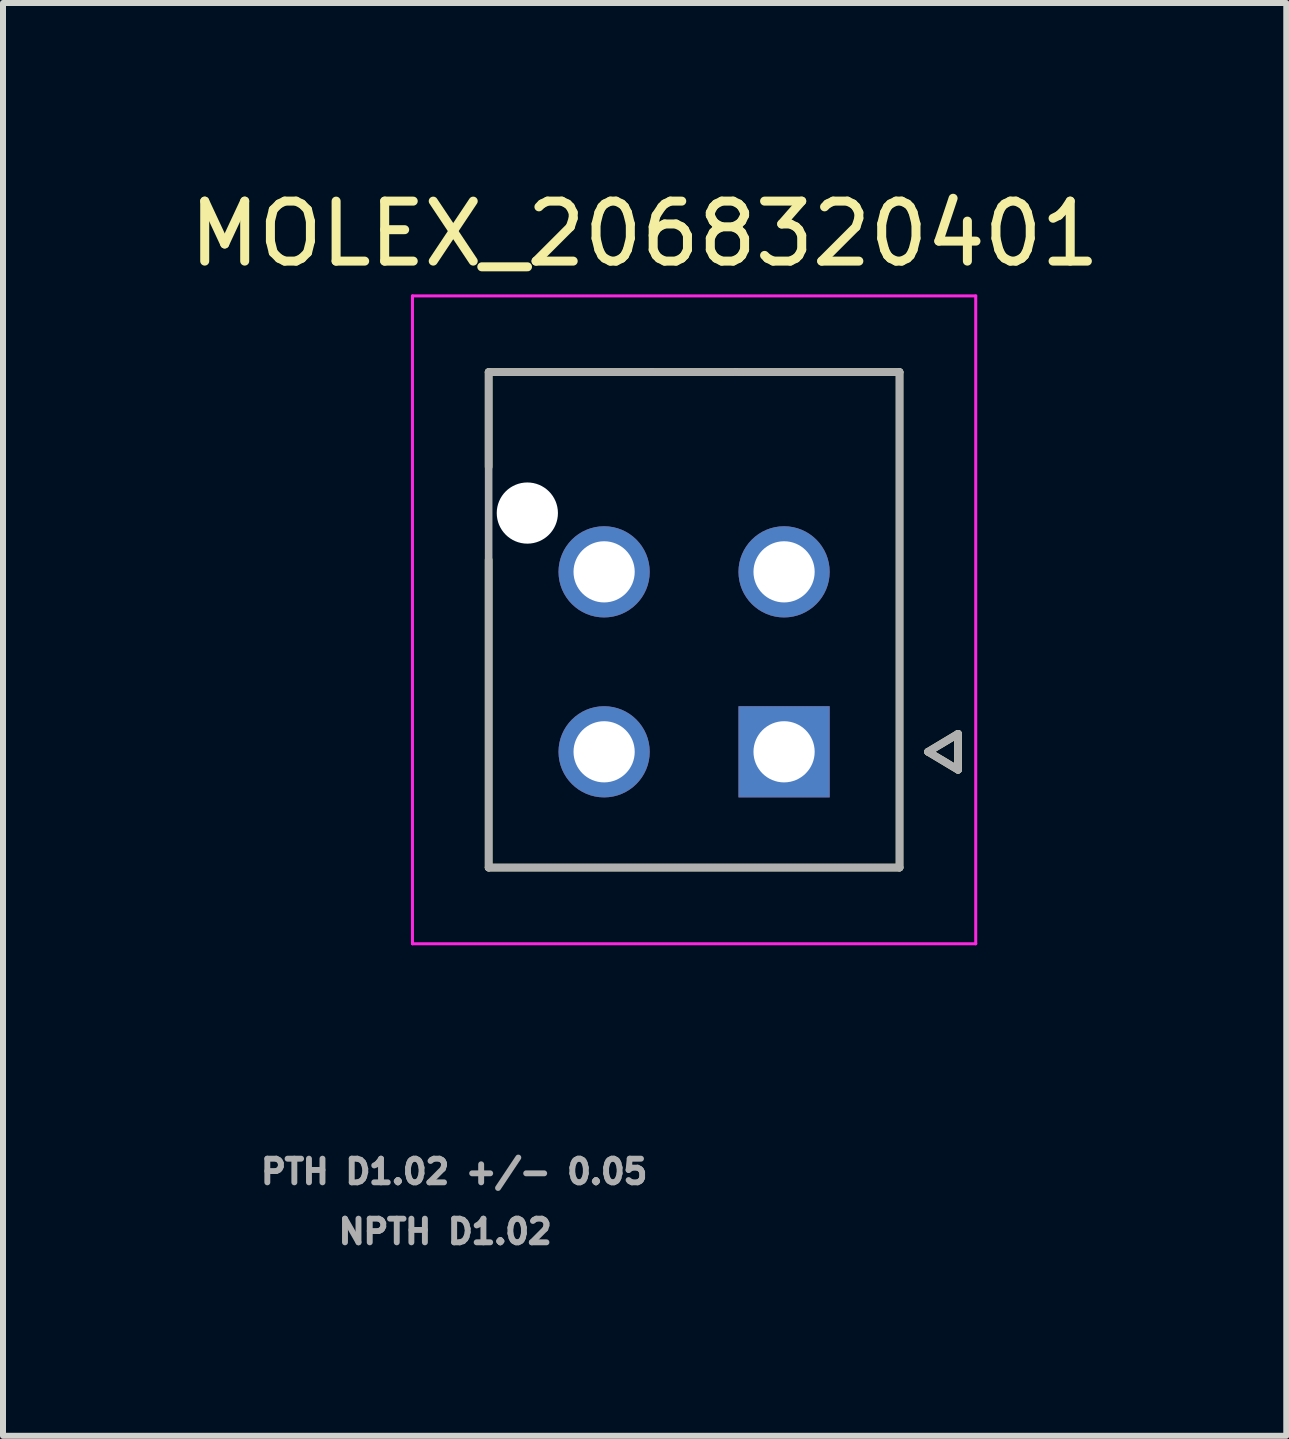
<source format=kicad_pcb>
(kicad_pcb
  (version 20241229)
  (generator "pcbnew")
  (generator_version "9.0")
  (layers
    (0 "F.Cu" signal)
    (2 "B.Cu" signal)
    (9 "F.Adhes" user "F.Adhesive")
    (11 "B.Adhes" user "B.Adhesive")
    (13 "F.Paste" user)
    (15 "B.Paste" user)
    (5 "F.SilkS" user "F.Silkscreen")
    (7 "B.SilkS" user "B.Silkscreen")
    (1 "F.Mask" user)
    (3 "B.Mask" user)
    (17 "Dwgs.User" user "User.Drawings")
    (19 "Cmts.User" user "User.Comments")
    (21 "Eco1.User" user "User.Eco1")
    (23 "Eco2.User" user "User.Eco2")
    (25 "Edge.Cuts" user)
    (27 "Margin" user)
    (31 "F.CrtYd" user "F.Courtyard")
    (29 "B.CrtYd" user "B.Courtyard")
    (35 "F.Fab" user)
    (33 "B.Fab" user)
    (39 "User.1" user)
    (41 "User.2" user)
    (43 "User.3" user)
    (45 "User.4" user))
  (footprint "MOLEX_2068320401"
    (layer "F.Cu")
    (at 10.021 9.483)
    (property "Reference" "MOLEX_2068320401" (at -2.325 -8.635 0) (layer "F.SilkS") (effects (font (size 1 1) (thickness 0.15))))
    (attr through_hole)
    (fp_circle (center -4.28 -3.98) (end -3.987 -3.98) (stroke (width 0.586) (type solid)) (fill no) (layer "F.Mask"))
    (fp_circle (center -3 -3) (end -2.582 -3) (stroke (width 0.836) (type solid)) (fill no) (layer "F.Mask"))
    (fp_circle (center -3 0) (end -2.582 0) (stroke (width 0.836) (type solid)) (fill no) (layer "F.Mask"))
    (fp_circle (center 0 -3) (end 0.418 -3) (stroke (width 0.836) (type solid)) (fill no) (layer "F.Mask"))
    (fp_poly (pts (xy -0.836 -0.836) (xy 0.836 -0.836) (xy 0.836 0.836) (xy -0.836 0.836)) (stroke (width 0.01) (type solid)) (fill yes) (layer "F.Mask"))
    (fp_circle (center -4.28 -3.98) (end -3.987 -3.98) (stroke (width 0.586) (type solid)) (fill no) (layer "B.Mask"))
    (fp_circle (center -3 -3) (end -2.582 -3) (stroke (width 0.836) (type solid)) (fill no) (layer "B.Mask"))
    (fp_circle (center -3 0) (end -2.582 0) (stroke (width 0.836) (type solid)) (fill no) (layer "B.Mask"))
    (fp_circle (center 0 -3) (end 0.418 -3) (stroke (width 0.836) (type solid)) (fill no) (layer "B.Mask"))
    (fp_poly (pts (xy -0.836 -0.836) (xy 0.836 -0.836) (xy 0.836 0.836) (xy -0.836 0.836)) (stroke (width 0.01) (type solid)) (fill yes) (layer "B.Mask"))
    (fp_line (start -4.925 -6.33) (end -2.2 -6.33) (stroke (width 0.127) (type solid)) (layer "F.SilkS"))
    (fp_line (start -4.925 -4.75) (end -4.925 -6.33) (stroke (width 0.127) (type solid)) (layer "F.SilkS"))
    (fp_line (start -4.925 1.93) (end -4.925 -3.2) (stroke (width 0.127) (type solid)) (layer "F.SilkS"))
    (fp_line (start -2.2 -6.33) (end -0.8 -6.33) (stroke (width 0.127) (type solid)) (layer "F.SilkS"))
    (fp_line (start -0.8 -6.33) (end 1.925 -6.33) (stroke (width 0.127) (type solid)) (layer "F.SilkS"))
    (fp_line (start 1.925 -6.33) (end 1.925 1.93) (stroke (width 0.127) (type solid)) (layer "F.SilkS"))
    (fp_line (start 1.925 1.93) (end -4.925 1.93) (stroke (width 0.127) (type solid)) (layer "F.SilkS"))
    (fp_line (start 2.4 0) (end 2.9 -0.3) (stroke (width 0.127) (type solid)) (layer "F.SilkS"))
    (fp_line (start 2.9 -0.3) (end 2.9 0.3) (stroke (width 0.127) (type solid)) (layer "F.SilkS"))
    (fp_line (start 2.9 0.3) (end 2.4 0) (stroke (width 0.127) (type solid)) (layer "F.SilkS"))
    (fp_line (start -6.195 -7.6) (end 3.195 -7.6) (stroke (width 0.05) (type solid)) (layer "F.CrtYd"))
    (fp_line (start -6.195 3.2) (end -6.195 -7.6) (stroke (width 0.05) (type solid)) (layer "F.CrtYd"))
    (fp_line (start 3.195 -7.6) (end 3.195 3.2) (stroke (width 0.05) (type solid)) (layer "F.CrtYd"))
    (fp_line (start 3.195 3.2) (end -6.195 3.2) (stroke (width 0.05) (type solid)) (layer "F.CrtYd"))
    (fp_line (start -4.925 -6.33) (end -2.2 -6.33) (stroke (width 0.127) (type solid)) (layer "F.Fab"))
    (fp_line (start -4.925 1.93) (end -4.925 -6.33) (stroke (width 0.127) (type solid)) (layer "F.Fab"))
    (fp_line (start -2.2 -6.33) (end -0.8 -6.33) (stroke (width 0.127) (type solid)) (layer "F.Fab"))
    (fp_line (start -0.8 -6.33) (end 1.925 -6.33) (stroke (width 0.127) (type solid)) (layer "F.Fab"))
    (fp_line (start 1.925 -6.33) (end 1.925 1.93) (stroke (width 0.127) (type solid)) (layer "F.Fab"))
    (fp_line (start 1.925 1.93) (end -4.925 1.93) (stroke (width 0.127) (type solid)) (layer "F.Fab"))
    (fp_line (start 2.4 0) (end 2.9 -0.3) (stroke (width 0.127) (type solid)) (layer "F.Fab"))
    (fp_line (start 2.9 -0.3) (end 2.9 0.3) (stroke (width 0.127) (type solid)) (layer "F.Fab"))
    (fp_line (start 2.9 0.3) (end 2.4 0) (stroke (width 0.127) (type solid)) (layer "F.Fab"))
    (fp_text user "PTH D1.02 +/- 0.05" (at -5.5 7 0) (layer "F.Fab") (effects (font (size 0.394 0.394) (thickness 0.15))))
    (fp_text user "NPTH D1.02 " (at -5.5 8 0) (layer "F.Fab") (effects (font (size 0.394 0.394) (thickness 0.15))))
    (pad "" np_thru_hole circle (at -4.28 -3.98) (size 1.02 1.02) (drill 1.02) (layers "*.Cu" "*.Mask"))
    (pad "1" thru_hole rect (at 0 0) (size 1.52 1.52) (drill 1.02) (layers "*.Cu"))
    (pad "2" thru_hole circle (at -3 0) (size 1.52 1.52) (drill 1.02) (layers "*.Cu"))
    (pad "3" thru_hole circle (at 0 -3) (size 1.52 1.52) (drill 1.02) (layers "*.Cu"))
    (pad "4" thru_hole circle (at -3 -3) (size 1.52 1.52) (drill 1.02) (layers "*.Cu")))
  (gr_rect
    (start -3 -3)
    (end 18.393 20.886)
    (stroke (width 0.1) (type default))
    (fill no)
    (layer "Edge.Cuts")))
</source>
